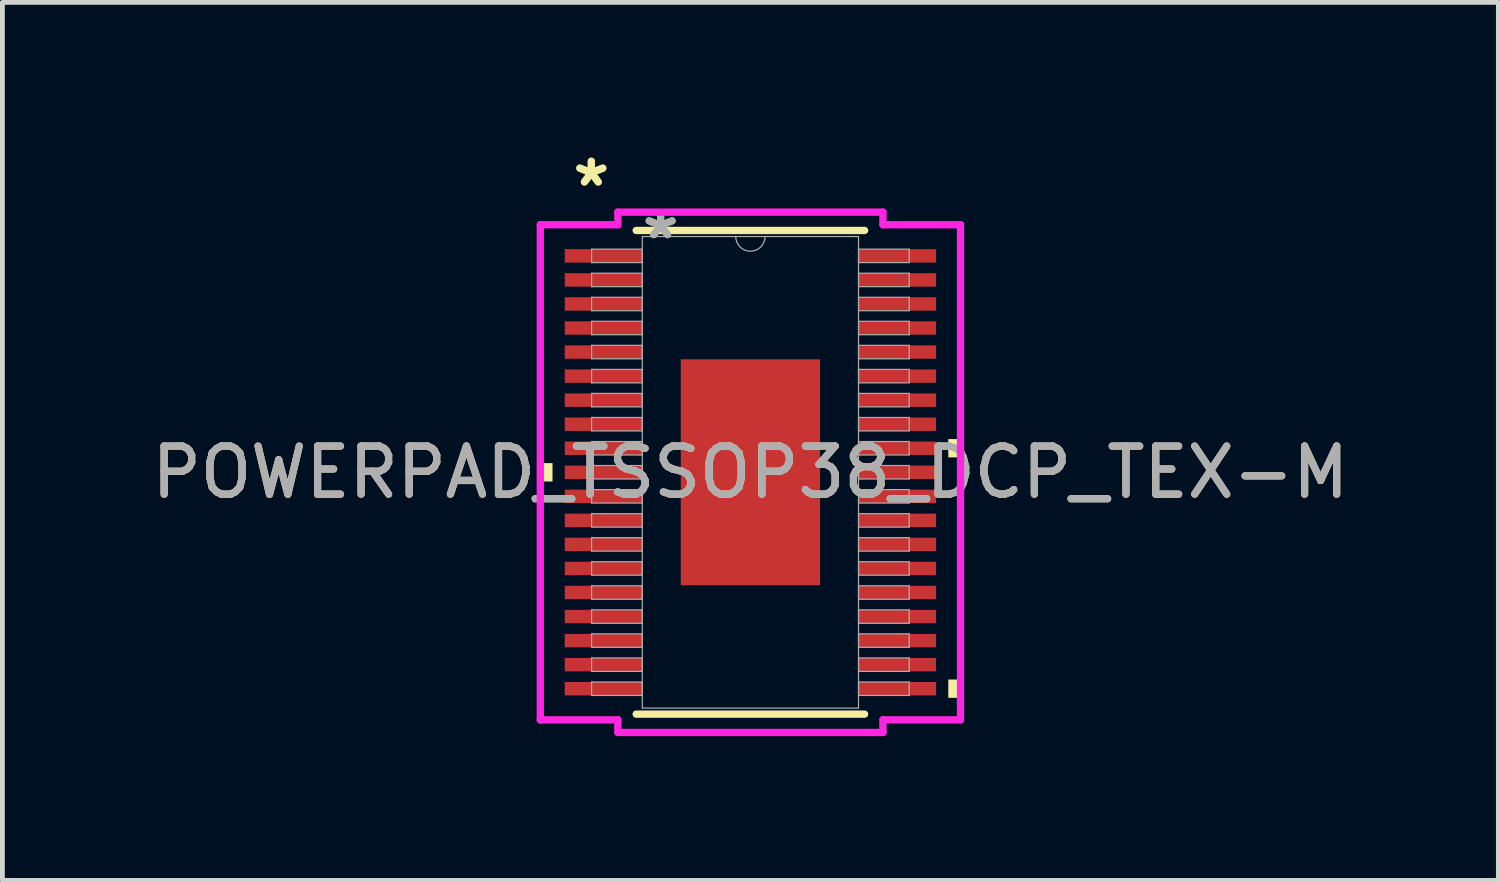
<source format=kicad_pcb>
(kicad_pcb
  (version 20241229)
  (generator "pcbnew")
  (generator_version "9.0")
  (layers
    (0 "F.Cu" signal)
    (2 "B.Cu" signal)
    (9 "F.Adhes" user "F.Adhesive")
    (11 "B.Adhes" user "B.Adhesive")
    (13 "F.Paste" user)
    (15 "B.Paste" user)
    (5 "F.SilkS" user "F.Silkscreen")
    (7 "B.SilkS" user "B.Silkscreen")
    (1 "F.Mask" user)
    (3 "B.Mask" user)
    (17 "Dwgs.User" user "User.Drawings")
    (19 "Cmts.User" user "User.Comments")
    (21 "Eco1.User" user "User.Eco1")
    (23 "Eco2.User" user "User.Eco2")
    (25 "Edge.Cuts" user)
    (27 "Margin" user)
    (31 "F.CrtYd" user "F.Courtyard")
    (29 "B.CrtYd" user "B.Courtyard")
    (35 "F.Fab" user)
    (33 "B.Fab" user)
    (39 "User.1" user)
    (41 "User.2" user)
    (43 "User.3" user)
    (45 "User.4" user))
  (footprint "POWERPAD_TSSOP38_DCP_TEX-M"
    (layer "F.Cu")
    (at 12.554 6.771)
    (property "Reference" "POWERPAD_TSSOP38_DCP_TEX-M" (at 0 0 0) (unlocked yes) (layer "F.SilkS") (effects (font (size 1 1) (thickness 0.15))))
    (attr smd)
    (fp_line (start -2.375 5.029) (end 2.375 5.029) (stroke (width 0.152) (type solid)) (layer "F.SilkS"))
    (fp_line (start 2.375 -5.029) (end -2.375 -5.029) (stroke (width 0.152) (type solid)) (layer "F.SilkS"))
    (fp_poly (pts (xy -4.369 -0.191) (xy -4.369 0.191) (xy -4.115 0.191) (xy -4.115 -0.191)) (stroke (width 0) (type solid)) (fill yes) (layer "F.SilkS"))
    (fp_poly (pts (xy 4.369 -0.691) (xy 4.369 -0.31) (xy 4.115 -0.31) (xy 4.115 -0.691)) (stroke (width 0) (type solid)) (fill yes) (layer "F.SilkS"))
    (fp_poly (pts (xy 4.369 4.309) (xy 4.369 4.69) (xy 4.115 4.69) (xy 4.115 4.309)) (stroke (width 0) (type solid)) (fill yes) (layer "F.SilkS"))
    (fp_poly (pts (xy -1.348 -2.249) (xy -1.348 -0.883) (xy -0.1 -0.883) (xy -0.1 -2.249)) (stroke (width 0) (type solid)) (fill yes) (layer "F.Paste"))
    (fp_poly (pts (xy -1.348 -0.683) (xy -1.348 0.683) (xy -0.1 0.683) (xy -0.1 -0.683)) (stroke (width 0) (type solid)) (fill yes) (layer "F.Paste"))
    (fp_poly (pts (xy -1.348 0.883) (xy -1.348 2.249) (xy -0.1 2.249) (xy -0.1 0.883)) (stroke (width 0) (type solid)) (fill yes) (layer "F.Paste"))
    (fp_poly (pts (xy 0.1 -2.249) (xy 0.1 -0.883) (xy 1.348 -0.883) (xy 1.348 -2.249)) (stroke (width 0) (type solid)) (fill yes) (layer "F.Paste"))
    (fp_poly (pts (xy 0.1 -0.683) (xy 0.1 0.683) (xy 1.348 0.683) (xy 1.348 -0.683)) (stroke (width 0) (type solid)) (fill yes) (layer "F.Paste"))
    (fp_poly (pts (xy 0.1 0.883) (xy 0.1 2.249) (xy 1.348 2.249) (xy 1.348 0.883)) (stroke (width 0) (type solid)) (fill yes) (layer "F.Paste"))
    (fp_line (start -4.369 -5.148) (end -2.756 -5.148) (stroke (width 0.152) (type solid)) (layer "F.CrtYd"))
    (fp_line (start -4.369 5.148) (end -4.369 -5.148) (stroke (width 0.152) (type solid)) (layer "F.CrtYd"))
    (fp_line (start -4.369 5.148) (end -2.756 5.148) (stroke (width 0.152) (type solid)) (layer "F.CrtYd"))
    (fp_line (start -2.756 -5.41) (end 2.756 -5.41) (stroke (width 0.152) (type solid)) (layer "F.CrtYd"))
    (fp_line (start -2.756 -5.148) (end -2.756 -5.41) (stroke (width 0.152) (type solid)) (layer "F.CrtYd"))
    (fp_line (start -2.756 5.41) (end -2.756 5.148) (stroke (width 0.152) (type solid)) (layer "F.CrtYd"))
    (fp_line (start 2.756 -5.41) (end 2.756 -5.148) (stroke (width 0.152) (type solid)) (layer "F.CrtYd"))
    (fp_line (start 2.756 5.148) (end 2.756 5.41) (stroke (width 0.152) (type solid)) (layer "F.CrtYd"))
    (fp_line (start 2.756 5.41) (end -2.756 5.41) (stroke (width 0.152) (type solid)) (layer "F.CrtYd"))
    (fp_line (start 4.369 -5.148) (end 2.756 -5.148) (stroke (width 0.152) (type solid)) (layer "F.CrtYd"))
    (fp_line (start 4.369 -5.148) (end 4.369 5.148) (stroke (width 0.152) (type solid)) (layer "F.CrtYd"))
    (fp_line (start 4.369 5.148) (end 2.756 5.148) (stroke (width 0.152) (type solid)) (layer "F.CrtYd"))
    (fp_line (start -3.302 -4.64) (end -3.302 -4.36) (stroke (width 0.025) (type solid)) (layer "F.Fab"))
    (fp_line (start -3.302 -4.36) (end -2.248 -4.36) (stroke (width 0.025) (type solid)) (layer "F.Fab"))
    (fp_line (start -3.302 -4.14) (end -3.302 -3.86) (stroke (width 0.025) (type solid)) (layer "F.Fab"))
    (fp_line (start -3.302 -3.86) (end -2.248 -3.86) (stroke (width 0.025) (type solid)) (layer "F.Fab"))
    (fp_line (start -3.302 -3.64) (end -3.302 -3.36) (stroke (width 0.025) (type solid)) (layer "F.Fab"))
    (fp_line (start -3.302 -3.36) (end -2.248 -3.36) (stroke (width 0.025) (type solid)) (layer "F.Fab"))
    (fp_line (start -3.302 -3.14) (end -3.302 -2.86) (stroke (width 0.025) (type solid)) (layer "F.Fab"))
    (fp_line (start -3.302 -2.86) (end -2.248 -2.86) (stroke (width 0.025) (type solid)) (layer "F.Fab"))
    (fp_line (start -3.302 -2.64) (end -3.302 -2.36) (stroke (width 0.025) (type solid)) (layer "F.Fab"))
    (fp_line (start -3.302 -2.36) (end -2.248 -2.36) (stroke (width 0.025) (type solid)) (layer "F.Fab"))
    (fp_line (start -3.302 -2.14) (end -3.302 -1.86) (stroke (width 0.025) (type solid)) (layer "F.Fab"))
    (fp_line (start -3.302 -1.86) (end -2.248 -1.86) (stroke (width 0.025) (type solid)) (layer "F.Fab"))
    (fp_line (start -3.302 -1.64) (end -3.302 -1.36) (stroke (width 0.025) (type solid)) (layer "F.Fab"))
    (fp_line (start -3.302 -1.36) (end -2.248 -1.36) (stroke (width 0.025) (type solid)) (layer "F.Fab"))
    (fp_line (start -3.302 -1.14) (end -3.302 -0.86) (stroke (width 0.025) (type solid)) (layer "F.Fab"))
    (fp_line (start -3.302 -0.86) (end -2.248 -0.86) (stroke (width 0.025) (type solid)) (layer "F.Fab"))
    (fp_line (start -3.302 -0.64) (end -3.302 -0.36) (stroke (width 0.025) (type solid)) (layer "F.Fab"))
    (fp_line (start -3.302 -0.36) (end -2.248 -0.36) (stroke (width 0.025) (type solid)) (layer "F.Fab"))
    (fp_line (start -3.302 -0.14) (end -3.302 0.14) (stroke (width 0.025) (type solid)) (layer "F.Fab"))
    (fp_line (start -3.302 0.14) (end -2.248 0.14) (stroke (width 0.025) (type solid)) (layer "F.Fab"))
    (fp_line (start -3.302 0.36) (end -3.302 0.64) (stroke (width 0.025) (type solid)) (layer "F.Fab"))
    (fp_line (start -3.302 0.64) (end -2.248 0.64) (stroke (width 0.025) (type solid)) (layer "F.Fab"))
    (fp_line (start -3.302 0.86) (end -3.302 1.14) (stroke (width 0.025) (type solid)) (layer "F.Fab"))
    (fp_line (start -3.302 1.14) (end -2.248 1.14) (stroke (width 0.025) (type solid)) (layer "F.Fab"))
    (fp_line (start -3.302 1.36) (end -3.302 1.64) (stroke (width 0.025) (type solid)) (layer "F.Fab"))
    (fp_line (start -3.302 1.64) (end -2.248 1.64) (stroke (width 0.025) (type solid)) (layer "F.Fab"))
    (fp_line (start -3.302 1.86) (end -3.302 2.14) (stroke (width 0.025) (type solid)) (layer "F.Fab"))
    (fp_line (start -3.302 2.14) (end -2.248 2.14) (stroke (width 0.025) (type solid)) (layer "F.Fab"))
    (fp_line (start -3.302 2.36) (end -3.302 2.64) (stroke (width 0.025) (type solid)) (layer "F.Fab"))
    (fp_line (start -3.302 2.64) (end -2.248 2.64) (stroke (width 0.025) (type solid)) (layer "F.Fab"))
    (fp_line (start -3.302 2.86) (end -3.302 3.14) (stroke (width 0.025) (type solid)) (layer "F.Fab"))
    (fp_line (start -3.302 3.14) (end -2.248 3.14) (stroke (width 0.025) (type solid)) (layer "F.Fab"))
    (fp_line (start -3.302 3.36) (end -3.302 3.64) (stroke (width 0.025) (type solid)) (layer "F.Fab"))
    (fp_line (start -3.302 3.64) (end -2.248 3.64) (stroke (width 0.025) (type solid)) (layer "F.Fab"))
    (fp_line (start -3.302 3.86) (end -3.302 4.14) (stroke (width 0.025) (type solid)) (layer "F.Fab"))
    (fp_line (start -3.302 4.14) (end -2.248 4.14) (stroke (width 0.025) (type solid)) (layer "F.Fab"))
    (fp_line (start -3.302 4.36) (end -3.302 4.64) (stroke (width 0.025) (type solid)) (layer "F.Fab"))
    (fp_line (start -3.302 4.64) (end -2.248 4.64) (stroke (width 0.025) (type solid)) (layer "F.Fab"))
    (fp_line (start -2.248 -4.902) (end -2.248 4.902) (stroke (width 0.025) (type solid)) (layer "F.Fab"))
    (fp_line (start -2.248 -4.64) (end -3.302 -4.64) (stroke (width 0.025) (type solid)) (layer "F.Fab"))
    (fp_line (start -2.248 -4.36) (end -2.248 -4.64) (stroke (width 0.025) (type solid)) (layer "F.Fab"))
    (fp_line (start -2.248 -4.14) (end -3.302 -4.14) (stroke (width 0.025) (type solid)) (layer "F.Fab"))
    (fp_line (start -2.248 -3.86) (end -2.248 -4.14) (stroke (width 0.025) (type solid)) (layer "F.Fab"))
    (fp_line (start -2.248 -3.64) (end -3.302 -3.64) (stroke (width 0.025) (type solid)) (layer "F.Fab"))
    (fp_line (start -2.248 -3.36) (end -2.248 -3.64) (stroke (width 0.025) (type solid)) (layer "F.Fab"))
    (fp_line (start -2.248 -3.14) (end -3.302 -3.14) (stroke (width 0.025) (type solid)) (layer "F.Fab"))
    (fp_line (start -2.248 -2.86) (end -2.248 -3.14) (stroke (width 0.025) (type solid)) (layer "F.Fab"))
    (fp_line (start -2.248 -2.64) (end -3.302 -2.64) (stroke (width 0.025) (type solid)) (layer "F.Fab"))
    (fp_line (start -2.248 -2.36) (end -2.248 -2.64) (stroke (width 0.025) (type solid)) (layer "F.Fab"))
    (fp_line (start -2.248 -2.14) (end -3.302 -2.14) (stroke (width 0.025) (type solid)) (layer "F.Fab"))
    (fp_line (start -2.248 -1.86) (end -2.248 -2.14) (stroke (width 0.025) (type solid)) (layer "F.Fab"))
    (fp_line (start -2.248 -1.64) (end -3.302 -1.64) (stroke (width 0.025) (type solid)) (layer "F.Fab"))
    (fp_line (start -2.248 -1.36) (end -2.248 -1.64) (stroke (width 0.025) (type solid)) (layer "F.Fab"))
    (fp_line (start -2.248 -1.14) (end -3.302 -1.14) (stroke (width 0.025) (type solid)) (layer "F.Fab"))
    (fp_line (start -2.248 -0.86) (end -2.248 -1.14) (stroke (width 0.025) (type solid)) (layer "F.Fab"))
    (fp_line (start -2.248 -0.64) (end -3.302 -0.64) (stroke (width 0.025) (type solid)) (layer "F.Fab"))
    (fp_line (start -2.248 -0.36) (end -2.248 -0.64) (stroke (width 0.025) (type solid)) (layer "F.Fab"))
    (fp_line (start -2.248 -0.14) (end -3.302 -0.14) (stroke (width 0.025) (type solid)) (layer "F.Fab"))
    (fp_line (start -2.248 0.14) (end -2.248 -0.14) (stroke (width 0.025) (type solid)) (layer "F.Fab"))
    (fp_line (start -2.248 0.36) (end -3.302 0.36) (stroke (width 0.025) (type solid)) (layer "F.Fab"))
    (fp_line (start -2.248 0.64) (end -2.248 0.36) (stroke (width 0.025) (type solid)) (layer "F.Fab"))
    (fp_line (start -2.248 0.86) (end -3.302 0.86) (stroke (width 0.025) (type solid)) (layer "F.Fab"))
    (fp_line (start -2.248 1.14) (end -2.248 0.86) (stroke (width 0.025) (type solid)) (layer "F.Fab"))
    (fp_line (start -2.248 1.36) (end -3.302 1.36) (stroke (width 0.025) (type solid)) (layer "F.Fab"))
    (fp_line (start -2.248 1.64) (end -2.248 1.36) (stroke (width 0.025) (type solid)) (layer "F.Fab"))
    (fp_line (start -2.248 1.86) (end -3.302 1.86) (stroke (width 0.025) (type solid)) (layer "F.Fab"))
    (fp_line (start -2.248 2.14) (end -2.248 1.86) (stroke (width 0.025) (type solid)) (layer "F.Fab"))
    (fp_line (start -2.248 2.36) (end -3.302 2.36) (stroke (width 0.025) (type solid)) (layer "F.Fab"))
    (fp_line (start -2.248 2.64) (end -2.248 2.36) (stroke (width 0.025) (type solid)) (layer "F.Fab"))
    (fp_line (start -2.248 2.86) (end -3.302 2.86) (stroke (width 0.025) (type solid)) (layer "F.Fab"))
    (fp_line (start -2.248 3.14) (end -2.248 2.86) (stroke (width 0.025) (type solid)) (layer "F.Fab"))
    (fp_line (start -2.248 3.36) (end -3.302 3.36) (stroke (width 0.025) (type solid)) (layer "F.Fab"))
    (fp_line (start -2.248 3.64) (end -2.248 3.36) (stroke (width 0.025) (type solid)) (layer "F.Fab"))
    (fp_line (start -2.248 3.86) (end -3.302 3.86) (stroke (width 0.025) (type solid)) (layer "F.Fab"))
    (fp_line (start -2.248 4.14) (end -2.248 3.86) (stroke (width 0.025) (type solid)) (layer "F.Fab"))
    (fp_line (start -2.248 4.36) (end -3.302 4.36) (stroke (width 0.025) (type solid)) (layer "F.Fab"))
    (fp_line (start -2.248 4.64) (end -2.248 4.36) (stroke (width 0.025) (type solid)) (layer "F.Fab"))
    (fp_line (start -2.248 4.902) (end 2.248 4.902) (stroke (width 0.025) (type solid)) (layer "F.Fab"))
    (fp_line (start 2.248 -4.902) (end -2.248 -4.902) (stroke (width 0.025) (type solid)) (layer "F.Fab"))
    (fp_line (start 2.248 -4.64) (end 2.248 -4.36) (stroke (width 0.025) (type solid)) (layer "F.Fab"))
    (fp_line (start 2.248 -4.36) (end 3.302 -4.36) (stroke (width 0.025) (type solid)) (layer "F.Fab"))
    (fp_line (start 2.248 -4.14) (end 2.248 -3.86) (stroke (width 0.025) (type solid)) (layer "F.Fab"))
    (fp_line (start 2.248 -3.86) (end 3.302 -3.86) (stroke (width 0.025) (type solid)) (layer "F.Fab"))
    (fp_line (start 2.248 -3.64) (end 2.248 -3.36) (stroke (width 0.025) (type solid)) (layer "F.Fab"))
    (fp_line (start 2.248 -3.36) (end 3.302 -3.36) (stroke (width 0.025) (type solid)) (layer "F.Fab"))
    (fp_line (start 2.248 -3.14) (end 2.248 -2.86) (stroke (width 0.025) (type solid)) (layer "F.Fab"))
    (fp_line (start 2.248 -2.86) (end 3.302 -2.86) (stroke (width 0.025) (type solid)) (layer "F.Fab"))
    (fp_line (start 2.248 -2.64) (end 2.248 -2.36) (stroke (width 0.025) (type solid)) (layer "F.Fab"))
    (fp_line (start 2.248 -2.36) (end 3.302 -2.36) (stroke (width 0.025) (type solid)) (layer "F.Fab"))
    (fp_line (start 2.248 -2.14) (end 2.248 -1.86) (stroke (width 0.025) (type solid)) (layer "F.Fab"))
    (fp_line (start 2.248 -1.86) (end 3.302 -1.86) (stroke (width 0.025) (type solid)) (layer "F.Fab"))
    (fp_line (start 2.248 -1.64) (end 2.248 -1.36) (stroke (width 0.025) (type solid)) (layer "F.Fab"))
    (fp_line (start 2.248 -1.36) (end 3.302 -1.36) (stroke (width 0.025) (type solid)) (layer "F.Fab"))
    (fp_line (start 2.248 -1.14) (end 2.248 -0.86) (stroke (width 0.025) (type solid)) (layer "F.Fab"))
    (fp_line (start 2.248 -0.86) (end 3.302 -0.86) (stroke (width 0.025) (type solid)) (layer "F.Fab"))
    (fp_line (start 2.248 -0.64) (end 2.248 -0.36) (stroke (width 0.025) (type solid)) (layer "F.Fab"))
    (fp_line (start 2.248 -0.36) (end 3.302 -0.36) (stroke (width 0.025) (type solid)) (layer "F.Fab"))
    (fp_line (start 2.248 -0.14) (end 2.248 0.14) (stroke (width 0.025) (type solid)) (layer "F.Fab"))
    (fp_line (start 2.248 0.14) (end 3.302 0.14) (stroke (width 0.025) (type solid)) (layer "F.Fab"))
    (fp_line (start 2.248 0.36) (end 2.248 0.64) (stroke (width 0.025) (type solid)) (layer "F.Fab"))
    (fp_line (start 2.248 0.64) (end 3.302 0.64) (stroke (width 0.025) (type solid)) (layer "F.Fab"))
    (fp_line (start 2.248 0.86) (end 2.248 1.14) (stroke (width 0.025) (type solid)) (layer "F.Fab"))
    (fp_line (start 2.248 1.14) (end 3.302 1.14) (stroke (width 0.025) (type solid)) (layer "F.Fab"))
    (fp_line (start 2.248 1.36) (end 2.248 1.64) (stroke (width 0.025) (type solid)) (layer "F.Fab"))
    (fp_line (start 2.248 1.64) (end 3.302 1.64) (stroke (width 0.025) (type solid)) (layer "F.Fab"))
    (fp_line (start 2.248 1.86) (end 2.248 2.14) (stroke (width 0.025) (type solid)) (layer "F.Fab"))
    (fp_line (start 2.248 2.14) (end 3.302 2.14) (stroke (width 0.025) (type solid)) (layer "F.Fab"))
    (fp_line (start 2.248 2.36) (end 2.248 2.64) (stroke (width 0.025) (type solid)) (layer "F.Fab"))
    (fp_line (start 2.248 2.64) (end 3.302 2.64) (stroke (width 0.025) (type solid)) (layer "F.Fab"))
    (fp_line (start 2.248 2.86) (end 2.248 3.14) (stroke (width 0.025) (type solid)) (layer "F.Fab"))
    (fp_line (start 2.248 3.14) (end 3.302 3.14) (stroke (width 0.025) (type solid)) (layer "F.Fab"))
    (fp_line (start 2.248 3.36) (end 2.248 3.64) (stroke (width 0.025) (type solid)) (layer "F.Fab"))
    (fp_line (start 2.248 3.64) (end 3.302 3.64) (stroke (width 0.025) (type solid)) (layer "F.Fab"))
    (fp_line (start 2.248 3.86) (end 2.248 4.14) (stroke (width 0.025) (type solid)) (layer "F.Fab"))
    (fp_line (start 2.248 4.14) (end 3.302 4.14) (stroke (width 0.025) (type solid)) (layer "F.Fab"))
    (fp_line (start 2.248 4.36) (end 2.248 4.64) (stroke (width 0.025) (type solid)) (layer "F.Fab"))
    (fp_line (start 2.248 4.64) (end 3.302 4.64) (stroke (width 0.025) (type solid)) (layer "F.Fab"))
    (fp_line (start 2.248 4.902) (end 2.248 -4.902) (stroke (width 0.025) (type solid)) (layer "F.Fab"))
    (fp_line (start 3.302 -4.64) (end 2.248 -4.64) (stroke (width 0.025) (type solid)) (layer "F.Fab"))
    (fp_line (start 3.302 -4.36) (end 3.302 -4.64) (stroke (width 0.025) (type solid)) (layer "F.Fab"))
    (fp_line (start 3.302 -4.14) (end 2.248 -4.14) (stroke (width 0.025) (type solid)) (layer "F.Fab"))
    (fp_line (start 3.302 -3.86) (end 3.302 -4.14) (stroke (width 0.025) (type solid)) (layer "F.Fab"))
    (fp_line (start 3.302 -3.64) (end 2.248 -3.64) (stroke (width 0.025) (type solid)) (layer "F.Fab"))
    (fp_line (start 3.302 -3.36) (end 3.302 -3.64) (stroke (width 0.025) (type solid)) (layer "F.Fab"))
    (fp_line (start 3.302 -3.14) (end 2.248 -3.14) (stroke (width 0.025) (type solid)) (layer "F.Fab"))
    (fp_line (start 3.302 -2.86) (end 3.302 -3.14) (stroke (width 0.025) (type solid)) (layer "F.Fab"))
    (fp_line (start 3.302 -2.64) (end 2.248 -2.64) (stroke (width 0.025) (type solid)) (layer "F.Fab"))
    (fp_line (start 3.302 -2.36) (end 3.302 -2.64) (stroke (width 0.025) (type solid)) (layer "F.Fab"))
    (fp_line (start 3.302 -2.14) (end 2.248 -2.14) (stroke (width 0.025) (type solid)) (layer "F.Fab"))
    (fp_line (start 3.302 -1.86) (end 3.302 -2.14) (stroke (width 0.025) (type solid)) (layer "F.Fab"))
    (fp_line (start 3.302 -1.64) (end 2.248 -1.64) (stroke (width 0.025) (type solid)) (layer "F.Fab"))
    (fp_line (start 3.302 -1.36) (end 3.302 -1.64) (stroke (width 0.025) (type solid)) (layer "F.Fab"))
    (fp_line (start 3.302 -1.14) (end 2.248 -1.14) (stroke (width 0.025) (type solid)) (layer "F.Fab"))
    (fp_line (start 3.302 -0.86) (end 3.302 -1.14) (stroke (width 0.025) (type solid)) (layer "F.Fab"))
    (fp_line (start 3.302 -0.64) (end 2.248 -0.64) (stroke (width 0.025) (type solid)) (layer "F.Fab"))
    (fp_line (start 3.302 -0.36) (end 3.302 -0.64) (stroke (width 0.025) (type solid)) (layer "F.Fab"))
    (fp_line (start 3.302 -0.14) (end 2.248 -0.14) (stroke (width 0.025) (type solid)) (layer "F.Fab"))
    (fp_line (start 3.302 0.14) (end 3.302 -0.14) (stroke (width 0.025) (type solid)) (layer "F.Fab"))
    (fp_line (start 3.302 0.36) (end 2.248 0.36) (stroke (width 0.025) (type solid)) (layer "F.Fab"))
    (fp_line (start 3.302 0.64) (end 3.302 0.36) (stroke (width 0.025) (type solid)) (layer "F.Fab"))
    (fp_line (start 3.302 0.86) (end 2.248 0.86) (stroke (width 0.025) (type solid)) (layer "F.Fab"))
    (fp_line (start 3.302 1.14) (end 3.302 0.86) (stroke (width 0.025) (type solid)) (layer "F.Fab"))
    (fp_line (start 3.302 1.36) (end 2.248 1.36) (stroke (width 0.025) (type solid)) (layer "F.Fab"))
    (fp_line (start 3.302 1.64) (end 3.302 1.36) (stroke (width 0.025) (type solid)) (layer "F.Fab"))
    (fp_line (start 3.302 1.86) (end 2.248 1.86) (stroke (width 0.025) (type solid)) (layer "F.Fab"))
    (fp_line (start 3.302 2.14) (end 3.302 1.86) (stroke (width 0.025) (type solid)) (layer "F.Fab"))
    (fp_line (start 3.302 2.36) (end 2.248 2.36) (stroke (width 0.025) (type solid)) (layer "F.Fab"))
    (fp_line (start 3.302 2.64) (end 3.302 2.36) (stroke (width 0.025) (type solid)) (layer "F.Fab"))
    (fp_line (start 3.302 2.86) (end 2.248 2.86) (stroke (width 0.025) (type solid)) (layer "F.Fab"))
    (fp_line (start 3.302 3.14) (end 3.302 2.86) (stroke (width 0.025) (type solid)) (layer "F.Fab"))
    (fp_line (start 3.302 3.36) (end 2.248 3.36) (stroke (width 0.025) (type solid)) (layer "F.Fab"))
    (fp_line (start 3.302 3.64) (end 3.302 3.36) (stroke (width 0.025) (type solid)) (layer "F.Fab"))
    (fp_line (start 3.302 3.86) (end 2.248 3.86) (stroke (width 0.025) (type solid)) (layer "F.Fab"))
    (fp_line (start 3.302 4.14) (end 3.302 3.86) (stroke (width 0.025) (type solid)) (layer "F.Fab"))
    (fp_line (start 3.302 4.36) (end 2.248 4.36) (stroke (width 0.025) (type solid)) (layer "F.Fab"))
    (fp_line (start 3.302 4.64) (end 3.302 4.36) (stroke (width 0.025) (type solid)) (layer "F.Fab"))
    (fp_arc (start 0.3048 -4.9022) (mid 0 -4.5974) (end -0.3048 -4.9022) (stroke (width 0.0254) (type solid)) (layer "F.Fab"))
    (fp_text user "*" (at -3.308 -5.922 0) (unlocked yes) (layer "F.SilkS") (effects (font (size 1 1) (thickness 0.15))))
    (fp_text user "*" (at -3.308 -5.922 0) (layer "F.SilkS") (effects (font (size 1 1) (thickness 0.15))))
    (fp_text user "*" (at -1.867 -4.826 0) (layer "F.Fab") (effects (font (size 1 1) (thickness 0.15))))
    (fp_text user "${REFERENCE}" (at 0 0 0) (unlocked yes) (layer "F.Fab") (effects (font (size 1 1) (thickness 0.15))))
    (fp_text user "*" (at -1.867 -4.826 0) (unlocked yes) (layer "F.Fab") (effects (font (size 1 1) (thickness 0.15))))
    (pad "1" smd rect (at -3.054 -4.5) (size 1.613 0.279) (layers "F.Cu" "F.Mask" "F.Paste"))
    (pad "2" smd rect (at -3.054 -4) (size 1.613 0.279) (layers "F.Cu" "F.Mask" "F.Paste"))
    (pad "3" smd rect (at -3.054 -3.5) (size 1.613 0.279) (layers "F.Cu" "F.Mask" "F.Paste"))
    (pad "4" smd rect (at -3.054 -3) (size 1.613 0.279) (layers "F.Cu" "F.Mask" "F.Paste"))
    (pad "5" smd rect (at -3.054 -2.5) (size 1.613 0.279) (layers "F.Cu" "F.Mask" "F.Paste"))
    (pad "6" smd rect (at -3.054 -2) (size 1.613 0.279) (layers "F.Cu" "F.Mask" "F.Paste"))
    (pad "7" smd rect (at -3.054 -1.5) (size 1.613 0.279) (layers "F.Cu" "F.Mask" "F.Paste"))
    (pad "8" smd rect (at -3.054 -1) (size 1.613 0.279) (layers "F.Cu" "F.Mask" "F.Paste"))
    (pad "9" smd rect (at -3.054 -0.5) (size 1.613 0.279) (layers "F.Cu" "F.Mask" "F.Paste"))
    (pad "10" smd rect (at -3.054 0) (size 1.613 0.279) (layers "F.Cu" "F.Mask" "F.Paste"))
    (pad "11" smd rect (at -3.054 0.5) (size 1.613 0.279) (layers "F.Cu" "F.Mask" "F.Paste"))
    (pad "12" smd rect (at -3.054 1) (size 1.613 0.279) (layers "F.Cu" "F.Mask" "F.Paste"))
    (pad "13" smd rect (at -3.054 1.5) (size 1.613 0.279) (layers "F.Cu" "F.Mask" "F.Paste"))
    (pad "14" smd rect (at -3.054 2) (size 1.613 0.279) (layers "F.Cu" "F.Mask" "F.Paste"))
    (pad "15" smd rect (at -3.054 2.5) (size 1.613 0.279) (layers "F.Cu" "F.Mask" "F.Paste"))
    (pad "16" smd rect (at -3.054 3) (size 1.613 0.279) (layers "F.Cu" "F.Mask" "F.Paste"))
    (pad "17" smd rect (at -3.054 3.5) (size 1.613 0.279) (layers "F.Cu" "F.Mask" "F.Paste"))
    (pad "18" smd rect (at -3.054 4) (size 1.613 0.279) (layers "F.Cu" "F.Mask" "F.Paste"))
    (pad "19" smd rect (at -3.054 4.5) (size 1.613 0.279) (layers "F.Cu" "F.Mask" "F.Paste"))
    (pad "20" smd rect (at 3.054 4.5) (size 1.613 0.279) (layers "F.Cu" "F.Mask" "F.Paste"))
    (pad "21" smd rect (at 3.054 4) (size 1.613 0.279) (layers "F.Cu" "F.Mask" "F.Paste"))
    (pad "22" smd rect (at 3.054 3.5) (size 1.613 0.279) (layers "F.Cu" "F.Mask" "F.Paste"))
    (pad "23" smd rect (at 3.054 3) (size 1.613 0.279) (layers "F.Cu" "F.Mask" "F.Paste"))
    (pad "24" smd rect (at 3.054 2.5) (size 1.613 0.279) (layers "F.Cu" "F.Mask" "F.Paste"))
    (pad "25" smd rect (at 3.054 2) (size 1.613 0.279) (layers "F.Cu" "F.Mask" "F.Paste"))
    (pad "26" smd rect (at 3.054 1.5) (size 1.613 0.279) (layers "F.Cu" "F.Mask" "F.Paste"))
    (pad "27" smd rect (at 3.054 1) (size 1.613 0.279) (layers "F.Cu" "F.Mask" "F.Paste"))
    (pad "28" smd rect (at 3.054 0.5) (size 1.613 0.279) (layers "F.Cu" "F.Mask" "F.Paste"))
    (pad "29" smd rect (at 3.054 0) (size 1.613 0.279) (layers "F.Cu" "F.Mask" "F.Paste"))
    (pad "30" smd rect (at 3.054 -0.5) (size 1.613 0.279) (layers "F.Cu" "F.Mask" "F.Paste"))
    (pad "31" smd rect (at 3.054 -1) (size 1.613 0.279) (layers "F.Cu" "F.Mask" "F.Paste"))
    (pad "32" smd rect (at 3.054 -1.5) (size 1.613 0.279) (layers "F.Cu" "F.Mask" "F.Paste"))
    (pad "33" smd rect (at 3.054 -2) (size 1.613 0.279) (layers "F.Cu" "F.Mask" "F.Paste"))
    (pad "34" smd rect (at 3.054 -2.5) (size 1.613 0.279) (layers "F.Cu" "F.Mask" "F.Paste"))
    (pad "35" smd rect (at 3.054 -3) (size 1.613 0.279) (layers "F.Cu" "F.Mask" "F.Paste"))
    (pad "36" smd rect (at 3.054 -3.5) (size 1.613 0.279) (layers "F.Cu" "F.Mask" "F.Paste"))
    (pad "37" smd rect (at 3.054 -4) (size 1.613 0.279) (layers "F.Cu" "F.Mask" "F.Paste"))
    (pad "38" smd rect (at 3.054 -4.5) (size 1.613 0.279) (layers "F.Cu" "F.Mask" "F.Paste"))
    (pad "EPAD" smd rect (at 0 0) (size 2.896 4.699) (layers "F.Cu" "F.Mask")))
  (gr_rect
    (start -3 -3)
    (end 28.107 15.257)
    (stroke (width 0.1) (type default))
    (fill no)
    (layer "Edge.Cuts")))
</source>
